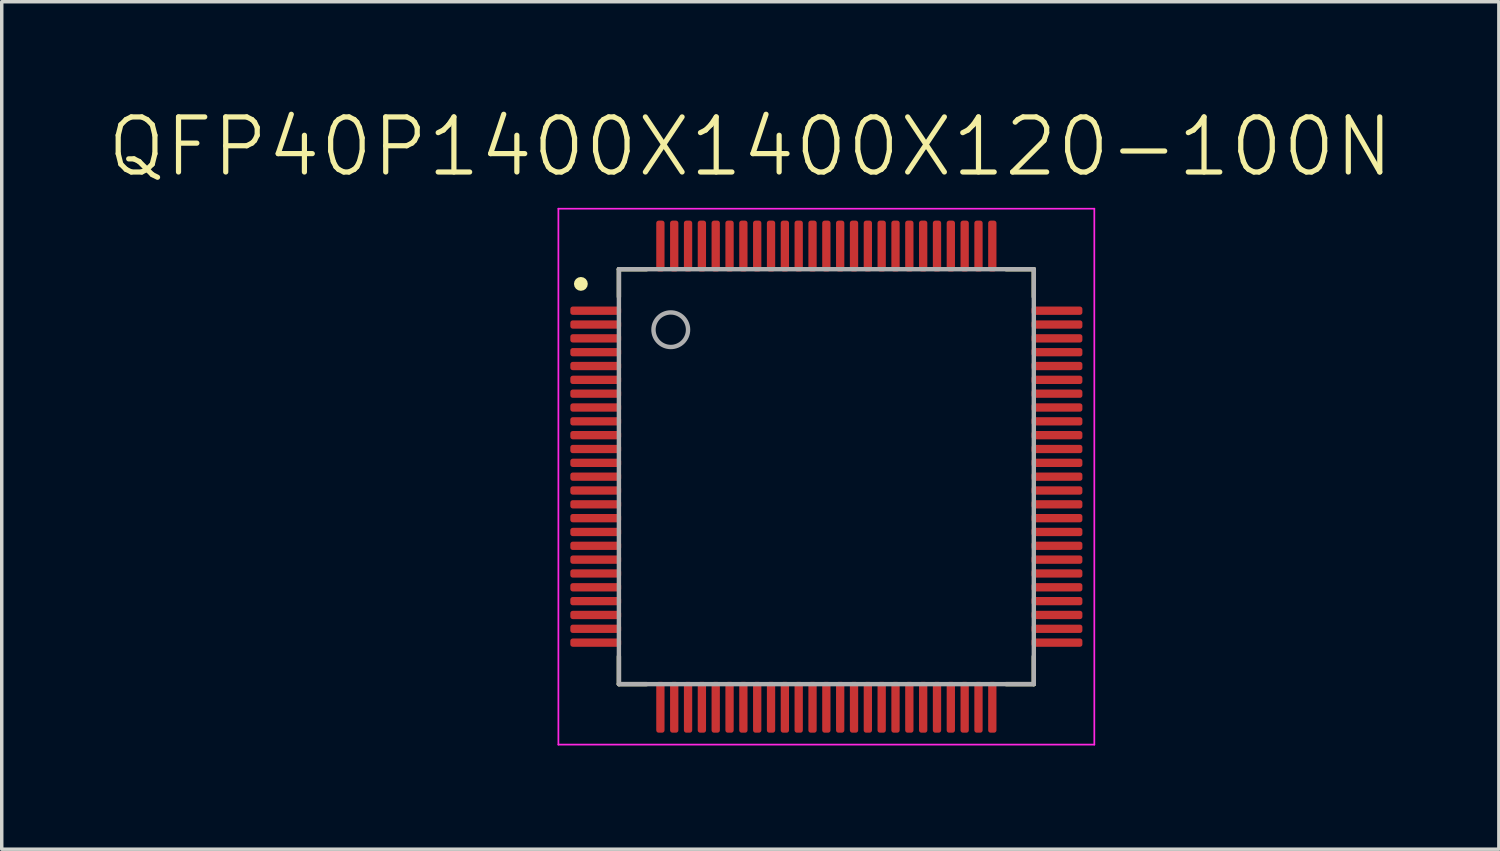
<source format=kicad_pcb>
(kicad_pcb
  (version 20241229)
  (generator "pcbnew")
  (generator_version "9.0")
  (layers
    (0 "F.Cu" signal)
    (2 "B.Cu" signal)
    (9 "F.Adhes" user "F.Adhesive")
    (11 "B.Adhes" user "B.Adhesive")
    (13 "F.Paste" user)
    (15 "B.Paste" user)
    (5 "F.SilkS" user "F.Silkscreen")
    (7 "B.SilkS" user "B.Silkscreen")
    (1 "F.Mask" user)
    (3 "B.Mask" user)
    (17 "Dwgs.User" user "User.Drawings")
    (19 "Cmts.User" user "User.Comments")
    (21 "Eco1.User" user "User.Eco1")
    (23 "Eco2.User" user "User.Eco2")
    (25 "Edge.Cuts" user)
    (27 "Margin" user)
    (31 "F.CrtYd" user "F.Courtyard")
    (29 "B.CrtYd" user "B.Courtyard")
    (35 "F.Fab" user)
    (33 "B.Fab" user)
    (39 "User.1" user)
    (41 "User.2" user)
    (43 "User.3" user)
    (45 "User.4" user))
  (footprint "QFP40P1400X1400X120-100N"
    (layer "F.Cu")
    (at 20.85 10.736)
    (property "Reference" "QFP40P1400X1400X120-100N" (at -2.2 -9.541 0) (layer "F.SilkS") (effects (font (size 1.593 1.593) (thickness 0.15))))
    (attr through_hole)
    (fp_line (start -6 -6) (end -6 -5.2) (stroke (width 0.127) (type solid)) (layer "F.SilkS"))
    (fp_line (start -6 -6) (end -5.2 -6) (stroke (width 0.127) (type solid)) (layer "F.SilkS"))
    (fp_line (start -6 6) (end -6 5.2) (stroke (width 0.127) (type solid)) (layer "F.SilkS"))
    (fp_line (start -6 6) (end -5.2 6) (stroke (width 0.127) (type solid)) (layer "F.SilkS"))
    (fp_line (start 6 -6) (end 5.2 -6) (stroke (width 0.127) (type solid)) (layer "F.SilkS"))
    (fp_line (start 6 -6) (end 6 -5.2) (stroke (width 0.127) (type solid)) (layer "F.SilkS"))
    (fp_line (start 6 6) (end 5.2 6) (stroke (width 0.127) (type solid)) (layer "F.SilkS"))
    (fp_line (start 6 6) (end 6 5.2) (stroke (width 0.127) (type solid)) (layer "F.SilkS"))
    (fp_circle (center -7.1 -5.575) (end -7 -5.575) (stroke (width 0.2) (type solid)) (fill no) (layer "F.SilkS"))
    (fp_line (start -7.75 -7.75) (end 7.75 -7.75) (stroke (width 0.05) (type solid)) (layer "F.CrtYd"))
    (fp_line (start -7.75 7.75) (end -7.75 -7.75) (stroke (width 0.05) (type solid)) (layer "F.CrtYd"))
    (fp_line (start 7.75 -7.75) (end 7.75 7.75) (stroke (width 0.05) (type solid)) (layer "F.CrtYd"))
    (fp_line (start 7.75 7.75) (end -7.75 7.75) (stroke (width 0.05) (type solid)) (layer "F.CrtYd"))
    (fp_line (start -6 -6) (end -6 6) (stroke (width 0.127) (type solid)) (layer "F.Fab"))
    (fp_line (start -6 6) (end 6 6) (stroke (width 0.127) (type solid)) (layer "F.Fab"))
    (fp_line (start 6 -6) (end -6 -6) (stroke (width 0.127) (type solid)) (layer "F.Fab"))
    (fp_line (start 6 6) (end 6 -6) (stroke (width 0.127) (type solid)) (layer "F.Fab"))
    (fp_circle (center -4.5 -4.25) (end -4 -4.25) (stroke (width 0.127) (type solid)) (fill no) (layer "F.Fab"))
    (pad "1" smd roundrect (at -6.67 -4.8 90) (size 0.24 1.47) (layers "F.Cu" "F.Mask" "F.Paste") (roundrect_rratio 0.29))
    (pad "2" smd roundrect (at -6.67 -4.4 90) (size 0.24 1.47) (layers "F.Cu" "F.Mask" "F.Paste") (roundrect_rratio 0.29))
    (pad "3" smd roundrect (at -6.67 -4 90) (size 0.24 1.47) (layers "F.Cu" "F.Mask" "F.Paste") (roundrect_rratio 0.29))
    (pad "4" smd roundrect (at -6.67 -3.6 90) (size 0.24 1.47) (layers "F.Cu" "F.Mask" "F.Paste") (roundrect_rratio 0.29))
    (pad "5" smd roundrect (at -6.67 -3.2 90) (size 0.24 1.47) (layers "F.Cu" "F.Mask" "F.Paste") (roundrect_rratio 0.29))
    (pad "6" smd roundrect (at -6.67 -2.8 90) (size 0.24 1.47) (layers "F.Cu" "F.Mask" "F.Paste") (roundrect_rratio 0.29))
    (pad "7" smd roundrect (at -6.67 -2.4 90) (size 0.24 1.47) (layers "F.Cu" "F.Mask" "F.Paste") (roundrect_rratio 0.29))
    (pad "8" smd roundrect (at -6.67 -2 90) (size 0.24 1.47) (layers "F.Cu" "F.Mask" "F.Paste") (roundrect_rratio 0.29))
    (pad "9" smd roundrect (at -6.67 -1.6 90) (size 0.24 1.47) (layers "F.Cu" "F.Mask" "F.Paste") (roundrect_rratio 0.29))
    (pad "10" smd roundrect (at -6.67 -1.2 90) (size 0.24 1.47) (layers "F.Cu" "F.Mask" "F.Paste") (roundrect_rratio 0.29))
    (pad "11" smd roundrect (at -6.67 -0.8 90) (size 0.24 1.47) (layers "F.Cu" "F.Mask" "F.Paste") (roundrect_rratio 0.29))
    (pad "12" smd roundrect (at -6.67 -0.4 90) (size 0.24 1.47) (layers "F.Cu" "F.Mask" "F.Paste") (roundrect_rratio 0.29))
    (pad "13" smd roundrect (at -6.67 0 90) (size 0.24 1.47) (layers "F.Cu" "F.Mask" "F.Paste") (roundrect_rratio 0.29))
    (pad "14" smd roundrect (at -6.67 0.4 90) (size 0.24 1.47) (layers "F.Cu" "F.Mask" "F.Paste") (roundrect_rratio 0.29))
    (pad "15" smd roundrect (at -6.67 0.8 90) (size 0.24 1.47) (layers "F.Cu" "F.Mask" "F.Paste") (roundrect_rratio 0.29))
    (pad "16" smd roundrect (at -6.67 1.2 90) (size 0.24 1.47) (layers "F.Cu" "F.Mask" "F.Paste") (roundrect_rratio 0.29))
    (pad "17" smd roundrect (at -6.67 1.6 90) (size 0.24 1.47) (layers "F.Cu" "F.Mask" "F.Paste") (roundrect_rratio 0.29))
    (pad "18" smd roundrect (at -6.67 2 90) (size 0.24 1.47) (layers "F.Cu" "F.Mask" "F.Paste") (roundrect_rratio 0.29))
    (pad "19" smd roundrect (at -6.67 2.4 90) (size 0.24 1.47) (layers "F.Cu" "F.Mask" "F.Paste") (roundrect_rratio 0.29))
    (pad "20" smd roundrect (at -6.67 2.8 90) (size 0.24 1.47) (layers "F.Cu" "F.Mask" "F.Paste") (roundrect_rratio 0.29))
    (pad "21" smd roundrect (at -6.67 3.2 90) (size 0.24 1.47) (layers "F.Cu" "F.Mask" "F.Paste") (roundrect_rratio 0.29))
    (pad "22" smd roundrect (at -6.67 3.6 90) (size 0.24 1.47) (layers "F.Cu" "F.Mask" "F.Paste") (roundrect_rratio 0.29))
    (pad "23" smd roundrect (at -6.67 4 90) (size 0.24 1.47) (layers "F.Cu" "F.Mask" "F.Paste") (roundrect_rratio 0.29))
    (pad "24" smd roundrect (at -6.67 4.4 90) (size 0.24 1.47) (layers "F.Cu" "F.Mask" "F.Paste") (roundrect_rratio 0.29))
    (pad "25" smd roundrect (at -6.67 4.8 90) (size 0.24 1.47) (layers "F.Cu" "F.Mask" "F.Paste") (roundrect_rratio 0.29))
    (pad "26" smd roundrect (at -4.8 6.67 180) (size 0.24 1.47) (layers "F.Cu" "F.Mask" "F.Paste") (roundrect_rratio 0.29))
    (pad "27" smd roundrect (at -4.4 6.67 180) (size 0.24 1.47) (layers "F.Cu" "F.Mask" "F.Paste") (roundrect_rratio 0.29))
    (pad "28" smd roundrect (at -4 6.67 180) (size 0.24 1.47) (layers "F.Cu" "F.Mask" "F.Paste") (roundrect_rratio 0.29))
    (pad "29" smd roundrect (at -3.6 6.67 180) (size 0.24 1.47) (layers "F.Cu" "F.Mask" "F.Paste") (roundrect_rratio 0.29))
    (pad "30" smd roundrect (at -3.2 6.67 180) (size 0.24 1.47) (layers "F.Cu" "F.Mask" "F.Paste") (roundrect_rratio 0.29))
    (pad "31" smd roundrect (at -2.8 6.67 180) (size 0.24 1.47) (layers "F.Cu" "F.Mask" "F.Paste") (roundrect_rratio 0.29))
    (pad "32" smd roundrect (at -2.4 6.67 180) (size 0.24 1.47) (layers "F.Cu" "F.Mask" "F.Paste") (roundrect_rratio 0.29))
    (pad "33" smd roundrect (at -2 6.67 180) (size 0.24 1.47) (layers "F.Cu" "F.Mask" "F.Paste") (roundrect_rratio 0.29))
    (pad "34" smd roundrect (at -1.6 6.67 180) (size 0.24 1.47) (layers "F.Cu" "F.Mask" "F.Paste") (roundrect_rratio 0.29))
    (pad "35" smd roundrect (at -1.2 6.67 180) (size 0.24 1.47) (layers "F.Cu" "F.Mask" "F.Paste") (roundrect_rratio 0.29))
    (pad "36" smd roundrect (at -0.8 6.67 180) (size 0.24 1.47) (layers "F.Cu" "F.Mask" "F.Paste") (roundrect_rratio 0.29))
    (pad "37" smd roundrect (at -0.4 6.67 180) (size 0.24 1.47) (layers "F.Cu" "F.Mask" "F.Paste") (roundrect_rratio 0.29))
    (pad "38" smd roundrect (at 0 6.67 180) (size 0.24 1.47) (layers "F.Cu" "F.Mask" "F.Paste") (roundrect_rratio 0.29))
    (pad "39" smd roundrect (at 0.4 6.67 180) (size 0.24 1.47) (layers "F.Cu" "F.Mask" "F.Paste") (roundrect_rratio 0.29))
    (pad "40" smd roundrect (at 0.8 6.67 180) (size 0.24 1.47) (layers "F.Cu" "F.Mask" "F.Paste") (roundrect_rratio 0.29))
    (pad "41" smd roundrect (at 1.2 6.67 180) (size 0.24 1.47) (layers "F.Cu" "F.Mask" "F.Paste") (roundrect_rratio 0.29))
    (pad "42" smd roundrect (at 1.6 6.67 180) (size 0.24 1.47) (layers "F.Cu" "F.Mask" "F.Paste") (roundrect_rratio 0.29))
    (pad "43" smd roundrect (at 2 6.67 180) (size 0.24 1.47) (layers "F.Cu" "F.Mask" "F.Paste") (roundrect_rratio 0.29))
    (pad "44" smd roundrect (at 2.4 6.67 180) (size 0.24 1.47) (layers "F.Cu" "F.Mask" "F.Paste") (roundrect_rratio 0.29))
    (pad "45" smd roundrect (at 2.8 6.67 180) (size 0.24 1.47) (layers "F.Cu" "F.Mask" "F.Paste") (roundrect_rratio 0.29))
    (pad "46" smd roundrect (at 3.2 6.67 180) (size 0.24 1.47) (layers "F.Cu" "F.Mask" "F.Paste") (roundrect_rratio 0.29))
    (pad "47" smd roundrect (at 3.6 6.67 180) (size 0.24 1.47) (layers "F.Cu" "F.Mask" "F.Paste") (roundrect_rratio 0.29))
    (pad "48" smd roundrect (at 4 6.67 180) (size 0.24 1.47) (layers "F.Cu" "F.Mask" "F.Paste") (roundrect_rratio 0.29))
    (pad "49" smd roundrect (at 4.4 6.67 180) (size 0.24 1.47) (layers "F.Cu" "F.Mask" "F.Paste") (roundrect_rratio 0.29))
    (pad "50" smd roundrect (at 4.8 6.67 180) (size 0.24 1.47) (layers "F.Cu" "F.Mask" "F.Paste") (roundrect_rratio 0.29))
    (pad "51" smd roundrect (at 6.67 4.8 270) (size 0.24 1.47) (layers "F.Cu" "F.Mask" "F.Paste") (roundrect_rratio 0.29))
    (pad "52" smd roundrect (at 6.67 4.4 270) (size 0.24 1.47) (layers "F.Cu" "F.Mask" "F.Paste") (roundrect_rratio 0.29))
    (pad "53" smd roundrect (at 6.67 4 270) (size 0.24 1.47) (layers "F.Cu" "F.Mask" "F.Paste") (roundrect_rratio 0.29))
    (pad "54" smd roundrect (at 6.67 3.6 270) (size 0.24 1.47) (layers "F.Cu" "F.Mask" "F.Paste") (roundrect_rratio 0.29))
    (pad "55" smd roundrect (at 6.67 3.2 270) (size 0.24 1.47) (layers "F.Cu" "F.Mask" "F.Paste") (roundrect_rratio 0.29))
    (pad "56" smd roundrect (at 6.67 2.8 270) (size 0.24 1.47) (layers "F.Cu" "F.Mask" "F.Paste") (roundrect_rratio 0.29))
    (pad "57" smd roundrect (at 6.67 2.4 270) (size 0.24 1.47) (layers "F.Cu" "F.Mask" "F.Paste") (roundrect_rratio 0.29))
    (pad "58" smd roundrect (at 6.67 2 270) (size 0.24 1.47) (layers "F.Cu" "F.Mask" "F.Paste") (roundrect_rratio 0.29))
    (pad "59" smd roundrect (at 6.67 1.6 270) (size 0.24 1.47) (layers "F.Cu" "F.Mask" "F.Paste") (roundrect_rratio 0.29))
    (pad "60" smd roundrect (at 6.67 1.2 270) (size 0.24 1.47) (layers "F.Cu" "F.Mask" "F.Paste") (roundrect_rratio 0.29))
    (pad "61" smd roundrect (at 6.67 0.8 270) (size 0.24 1.47) (layers "F.Cu" "F.Mask" "F.Paste") (roundrect_rratio 0.29))
    (pad "62" smd roundrect (at 6.67 0.4 270) (size 0.24 1.47) (layers "F.Cu" "F.Mask" "F.Paste") (roundrect_rratio 0.29))
    (pad "63" smd roundrect (at 6.67 0 270) (size 0.24 1.47) (layers "F.Cu" "F.Mask" "F.Paste") (roundrect_rratio 0.29))
    (pad "64" smd roundrect (at 6.67 -0.4 270) (size 0.24 1.47) (layers "F.Cu" "F.Mask" "F.Paste") (roundrect_rratio 0.29))
    (pad "65" smd roundrect (at 6.67 -0.8 270) (size 0.24 1.47) (layers "F.Cu" "F.Mask" "F.Paste") (roundrect_rratio 0.29))
    (pad "66" smd roundrect (at 6.67 -1.2 270) (size 0.24 1.47) (layers "F.Cu" "F.Mask" "F.Paste") (roundrect_rratio 0.29))
    (pad "67" smd roundrect (at 6.67 -1.6 270) (size 0.24 1.47) (layers "F.Cu" "F.Mask" "F.Paste") (roundrect_rratio 0.29))
    (pad "68" smd roundrect (at 6.67 -2 270) (size 0.24 1.47) (layers "F.Cu" "F.Mask" "F.Paste") (roundrect_rratio 0.29))
    (pad "69" smd roundrect (at 6.67 -2.4 270) (size 0.24 1.47) (layers "F.Cu" "F.Mask" "F.Paste") (roundrect_rratio 0.29))
    (pad "70" smd roundrect (at 6.67 -2.8 270) (size 0.24 1.47) (layers "F.Cu" "F.Mask" "F.Paste") (roundrect_rratio 0.29))
    (pad "71" smd roundrect (at 6.67 -3.2 270) (size 0.24 1.47) (layers "F.Cu" "F.Mask" "F.Paste") (roundrect_rratio 0.29))
    (pad "72" smd roundrect (at 6.67 -3.6 270) (size 0.24 1.47) (layers "F.Cu" "F.Mask" "F.Paste") (roundrect_rratio 0.29))
    (pad "73" smd roundrect (at 6.67 -4 270) (size 0.24 1.47) (layers "F.Cu" "F.Mask" "F.Paste") (roundrect_rratio 0.29))
    (pad "74" smd roundrect (at 6.67 -4.4 270) (size 0.24 1.47) (layers "F.Cu" "F.Mask" "F.Paste") (roundrect_rratio 0.29))
    (pad "75" smd roundrect (at 6.67 -4.8 270) (size 0.24 1.47) (layers "F.Cu" "F.Mask" "F.Paste") (roundrect_rratio 0.29))
    (pad "76" smd roundrect (at 4.8 -6.67) (size 0.24 1.47) (layers "F.Cu" "F.Mask" "F.Paste") (roundrect_rratio 0.29))
    (pad "77" smd roundrect (at 4.4 -6.67) (size 0.24 1.47) (layers "F.Cu" "F.Mask" "F.Paste") (roundrect_rratio 0.29))
    (pad "78" smd roundrect (at 4 -6.67) (size 0.24 1.47) (layers "F.Cu" "F.Mask" "F.Paste") (roundrect_rratio 0.29))
    (pad "79" smd roundrect (at 3.6 -6.67) (size 0.24 1.47) (layers "F.Cu" "F.Mask" "F.Paste") (roundrect_rratio 0.29))
    (pad "80" smd roundrect (at 3.2 -6.67) (size 0.24 1.47) (layers "F.Cu" "F.Mask" "F.Paste") (roundrect_rratio 0.29))
    (pad "81" smd roundrect (at 2.8 -6.67) (size 0.24 1.47) (layers "F.Cu" "F.Mask" "F.Paste") (roundrect_rratio 0.29))
    (pad "82" smd roundrect (at 2.4 -6.67) (size 0.24 1.47) (layers "F.Cu" "F.Mask" "F.Paste") (roundrect_rratio 0.29))
    (pad "83" smd roundrect (at 2 -6.67) (size 0.24 1.47) (layers "F.Cu" "F.Mask" "F.Paste") (roundrect_rratio 0.29))
    (pad "84" smd roundrect (at 1.6 -6.67) (size 0.24 1.47) (layers "F.Cu" "F.Mask" "F.Paste") (roundrect_rratio 0.29))
    (pad "85" smd roundrect (at 1.2 -6.67) (size 0.24 1.47) (layers "F.Cu" "F.Mask" "F.Paste") (roundrect_rratio 0.29))
    (pad "86" smd roundrect (at 0.8 -6.67) (size 0.24 1.47) (layers "F.Cu" "F.Mask" "F.Paste") (roundrect_rratio 0.29))
    (pad "87" smd roundrect (at 0.4 -6.67) (size 0.24 1.47) (layers "F.Cu" "F.Mask" "F.Paste") (roundrect_rratio 0.29))
    (pad "88" smd roundrect (at 0 -6.67) (size 0.24 1.47) (layers "F.Cu" "F.Mask" "F.Paste") (roundrect_rratio 0.29))
    (pad "89" smd roundrect (at -0.4 -6.67) (size 0.24 1.47) (layers "F.Cu" "F.Mask" "F.Paste") (roundrect_rratio 0.29))
    (pad "90" smd roundrect (at -0.8 -6.67) (size 0.24 1.47) (layers "F.Cu" "F.Mask" "F.Paste") (roundrect_rratio 0.29))
    (pad "91" smd roundrect (at -1.2 -6.67) (size 0.24 1.47) (layers "F.Cu" "F.Mask" "F.Paste") (roundrect_rratio 0.29))
    (pad "92" smd roundrect (at -1.6 -6.67) (size 0.24 1.47) (layers "F.Cu" "F.Mask" "F.Paste") (roundrect_rratio 0.29))
    (pad "93" smd roundrect (at -2 -6.67) (size 0.24 1.47) (layers "F.Cu" "F.Mask" "F.Paste") (roundrect_rratio 0.29))
    (pad "94" smd roundrect (at -2.4 -6.67) (size 0.24 1.47) (layers "F.Cu" "F.Mask" "F.Paste") (roundrect_rratio 0.29))
    (pad "95" smd roundrect (at -2.8 -6.67) (size 0.24 1.47) (layers "F.Cu" "F.Mask" "F.Paste") (roundrect_rratio 0.29))
    (pad "96" smd roundrect (at -3.2 -6.67) (size 0.24 1.47) (layers "F.Cu" "F.Mask" "F.Paste") (roundrect_rratio 0.29))
    (pad "97" smd roundrect (at -3.6 -6.67) (size 0.24 1.47) (layers "F.Cu" "F.Mask" "F.Paste") (roundrect_rratio 0.29))
    (pad "98" smd roundrect (at -4 -6.67) (size 0.24 1.47) (layers "F.Cu" "F.Mask" "F.Paste") (roundrect_rratio 0.29))
    (pad "99" smd roundrect (at -4.4 -6.67) (size 0.24 1.47) (layers "F.Cu" "F.Mask" "F.Paste") (roundrect_rratio 0.29))
    (pad "100" smd roundrect (at -4.8 -6.67) (size 0.24 1.47) (layers "F.Cu" "F.Mask" "F.Paste") (roundrect_rratio 0.29)))
  (gr_rect
    (start -3 -3)
    (end 40.3 21.511)
    (stroke (width 0.1) (type default))
    (fill no)
    (layer "Edge.Cuts")))
</source>
